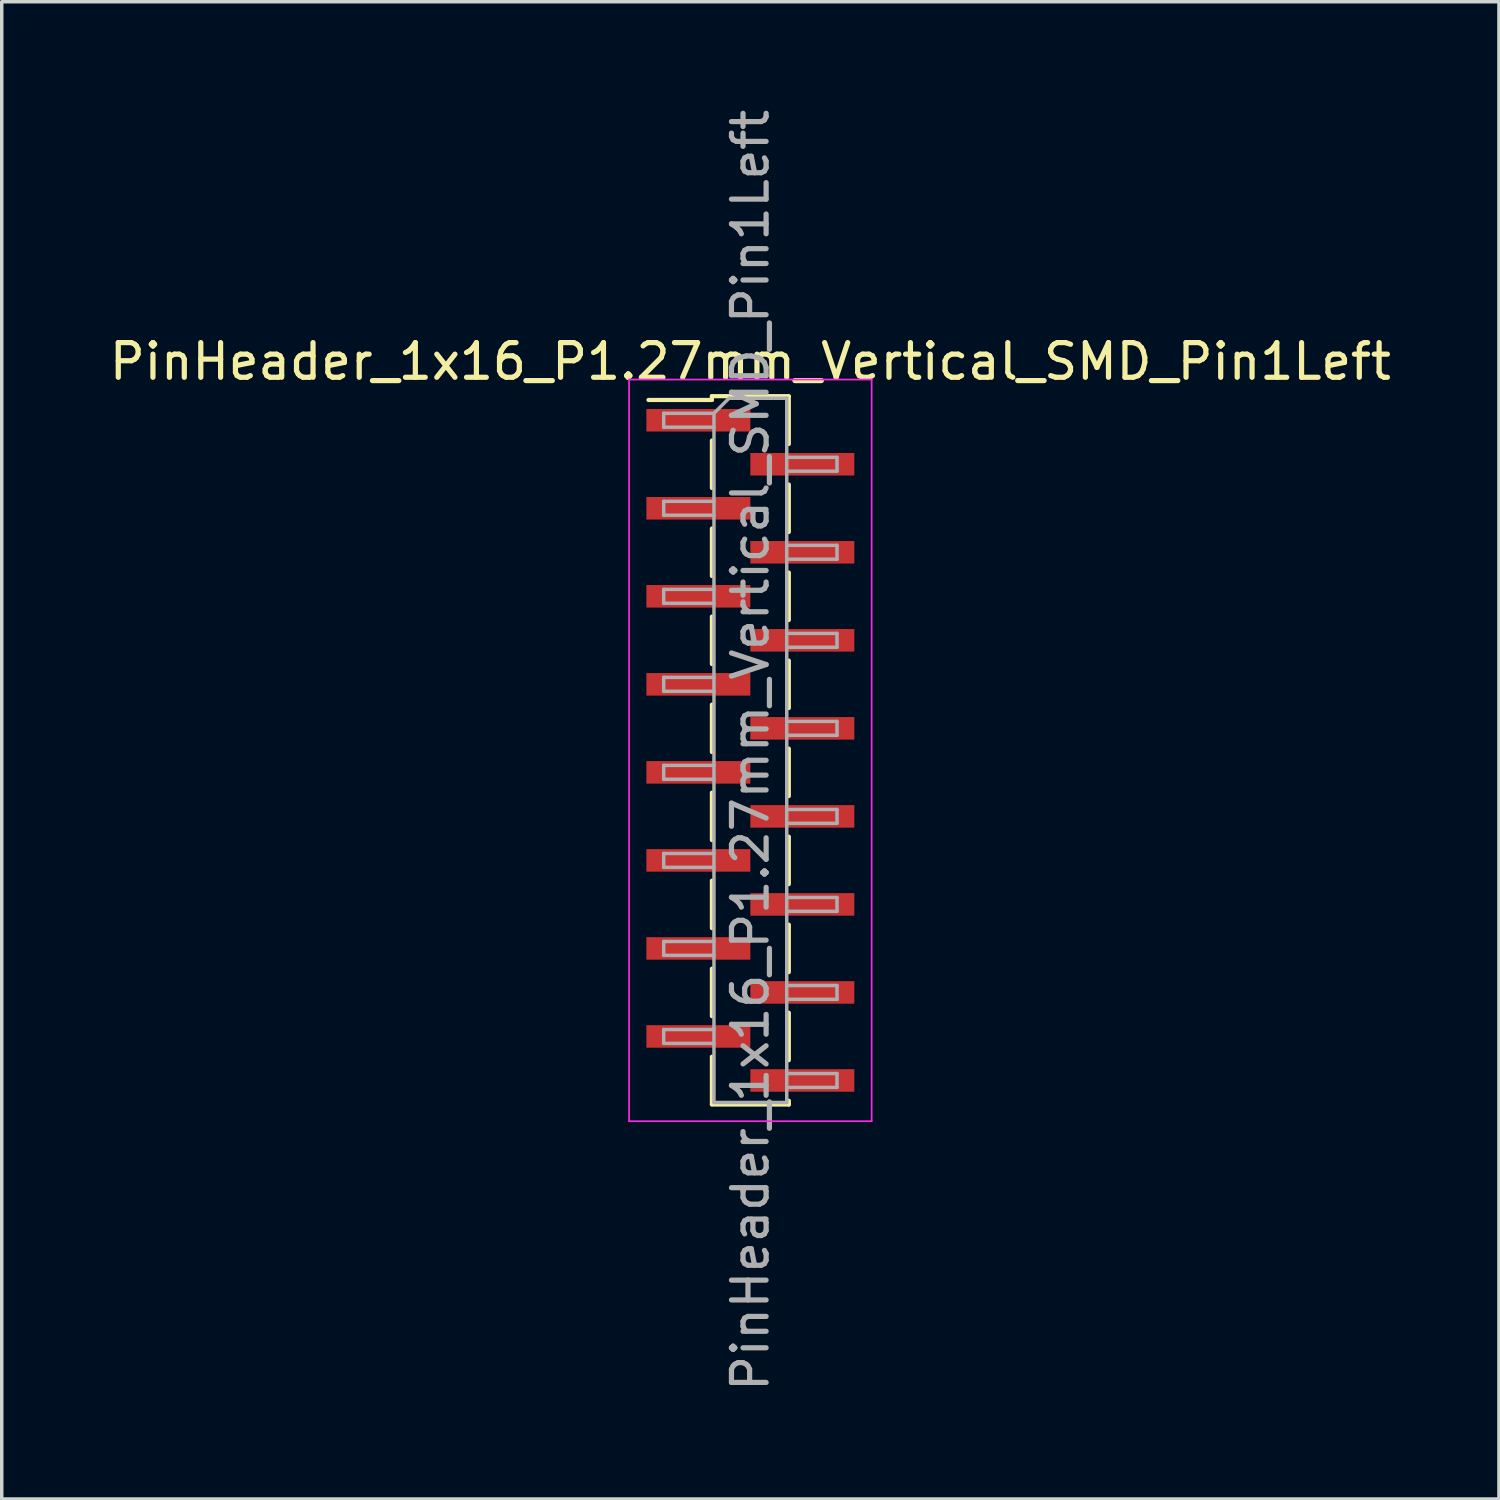
<source format=kicad_pcb>
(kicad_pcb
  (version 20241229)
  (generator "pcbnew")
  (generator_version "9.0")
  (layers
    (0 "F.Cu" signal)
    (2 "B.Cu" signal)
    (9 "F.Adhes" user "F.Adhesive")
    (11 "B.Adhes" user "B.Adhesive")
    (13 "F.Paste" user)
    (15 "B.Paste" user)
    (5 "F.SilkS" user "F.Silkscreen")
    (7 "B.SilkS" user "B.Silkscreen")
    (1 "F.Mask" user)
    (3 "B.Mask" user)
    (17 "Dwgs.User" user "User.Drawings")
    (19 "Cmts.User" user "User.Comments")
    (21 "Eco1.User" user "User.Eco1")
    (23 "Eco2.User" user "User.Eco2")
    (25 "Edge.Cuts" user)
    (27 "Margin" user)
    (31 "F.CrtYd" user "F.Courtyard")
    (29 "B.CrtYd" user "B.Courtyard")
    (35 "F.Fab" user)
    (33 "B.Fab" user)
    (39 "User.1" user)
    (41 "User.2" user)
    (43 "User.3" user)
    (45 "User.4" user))
  (footprint "PinHeader_1x16_P1.27mm_Vertical_SMD_Pin1Left"
    (layer "F.Cu")
    (at 18.601 18.601)
    (property "Reference" "PinHeader_1x16_P1.27mm_Vertical_SMD_Pin1Left" (at 0 -11.22 0) (layer "F.SilkS") (effects (font (size 1 1) (thickness 0.15))))
    (attr smd)
    (fp_line (start -1.11 -10.22) (end -1.11 -10.11) (stroke (width 0.12) (type solid)) (layer "F.SilkS"))
    (fp_line (start -1.11 -10.22) (end 1.11 -10.22) (stroke (width 0.12) (type solid)) (layer "F.SilkS"))
    (fp_line (start -1.11 -10.11) (end -2.94 -10.11) (stroke (width 0.12) (type solid)) (layer "F.SilkS"))
    (fp_line (start -1.11 -8.94) (end -1.11 -7.57) (stroke (width 0.12) (type solid)) (layer "F.SilkS"))
    (fp_line (start -1.11 -6.4) (end -1.11 -5.03) (stroke (width 0.12) (type solid)) (layer "F.SilkS"))
    (fp_line (start -1.11 -3.86) (end -1.11 -2.49) (stroke (width 0.12) (type solid)) (layer "F.SilkS"))
    (fp_line (start -1.11 -1.32) (end -1.11 0.05) (stroke (width 0.12) (type solid)) (layer "F.SilkS"))
    (fp_line (start -1.11 1.22) (end -1.11 2.59) (stroke (width 0.12) (type solid)) (layer "F.SilkS"))
    (fp_line (start -1.11 3.76) (end -1.11 5.13) (stroke (width 0.12) (type solid)) (layer "F.SilkS"))
    (fp_line (start -1.11 6.3) (end -1.11 7.67) (stroke (width 0.12) (type solid)) (layer "F.SilkS"))
    (fp_line (start -1.11 8.84) (end -1.11 10.21) (stroke (width 0.12) (type solid)) (layer "F.SilkS"))
    (fp_line (start -1.11 10.22) (end 1.11 10.22) (stroke (width 0.12) (type solid)) (layer "F.SilkS"))
    (fp_line (start 1.11 -10.21) (end 1.11 -8.84) (stroke (width 0.12) (type solid)) (layer "F.SilkS"))
    (fp_line (start 1.11 -7.67) (end 1.11 -6.3) (stroke (width 0.12) (type solid)) (layer "F.SilkS"))
    (fp_line (start 1.11 -5.13) (end 1.11 -3.76) (stroke (width 0.12) (type solid)) (layer "F.SilkS"))
    (fp_line (start 1.11 -2.59) (end 1.11 -1.22) (stroke (width 0.12) (type solid)) (layer "F.SilkS"))
    (fp_line (start 1.11 -0.05) (end 1.11 1.32) (stroke (width 0.12) (type solid)) (layer "F.SilkS"))
    (fp_line (start 1.11 2.49) (end 1.11 3.86) (stroke (width 0.12) (type solid)) (layer "F.SilkS"))
    (fp_line (start 1.11 5.03) (end 1.11 6.4) (stroke (width 0.12) (type solid)) (layer "F.SilkS"))
    (fp_line (start 1.11 7.57) (end 1.11 8.94) (stroke (width 0.12) (type solid)) (layer "F.SilkS"))
    (fp_line (start 1.11 10.11) (end 1.11 10.22) (stroke (width 0.12) (type solid)) (layer "F.SilkS"))
    (fp_line (start -3.5 -10.7) (end -3.5 10.7) (stroke (width 0.05) (type solid)) (layer "F.CrtYd"))
    (fp_line (start -3.5 10.7) (end 3.5 10.7) (stroke (width 0.05) (type solid)) (layer "F.CrtYd"))
    (fp_line (start 3.5 -10.7) (end -3.5 -10.7) (stroke (width 0.05) (type solid)) (layer "F.CrtYd"))
    (fp_line (start 3.5 10.7) (end 3.5 -10.7) (stroke (width 0.05) (type solid)) (layer "F.CrtYd"))
    (fp_line (start -2.5 -9.725) (end -2.5 -9.325) (stroke (width 0.1) (type solid)) (layer "F.Fab"))
    (fp_line (start -2.5 -9.325) (end -1.05 -9.325) (stroke (width 0.1) (type solid)) (layer "F.Fab"))
    (fp_line (start -2.5 -7.185) (end -2.5 -6.785) (stroke (width 0.1) (type solid)) (layer "F.Fab"))
    (fp_line (start -2.5 -6.785) (end -1.05 -6.785) (stroke (width 0.1) (type solid)) (layer "F.Fab"))
    (fp_line (start -2.5 -4.645) (end -2.5 -4.245) (stroke (width 0.1) (type solid)) (layer "F.Fab"))
    (fp_line (start -2.5 -4.245) (end -1.05 -4.245) (stroke (width 0.1) (type solid)) (layer "F.Fab"))
    (fp_line (start -2.5 -2.105) (end -2.5 -1.705) (stroke (width 0.1) (type solid)) (layer "F.Fab"))
    (fp_line (start -2.5 -1.705) (end -1.05 -1.705) (stroke (width 0.1) (type solid)) (layer "F.Fab"))
    (fp_line (start -2.5 0.435) (end -2.5 0.835) (stroke (width 0.1) (type solid)) (layer "F.Fab"))
    (fp_line (start -2.5 0.835) (end -1.05 0.835) (stroke (width 0.1) (type solid)) (layer "F.Fab"))
    (fp_line (start -2.5 2.975) (end -2.5 3.375) (stroke (width 0.1) (type solid)) (layer "F.Fab"))
    (fp_line (start -2.5 3.375) (end -1.05 3.375) (stroke (width 0.1) (type solid)) (layer "F.Fab"))
    (fp_line (start -2.5 5.515) (end -2.5 5.915) (stroke (width 0.1) (type solid)) (layer "F.Fab"))
    (fp_line (start -2.5 5.915) (end -1.05 5.915) (stroke (width 0.1) (type solid)) (layer "F.Fab"))
    (fp_line (start -2.5 8.055) (end -2.5 8.455) (stroke (width 0.1) (type solid)) (layer "F.Fab"))
    (fp_line (start -2.5 8.455) (end -1.05 8.455) (stroke (width 0.1) (type solid)) (layer "F.Fab"))
    (fp_line (start -1.05 -9.725) (end -2.5 -9.725) (stroke (width 0.1) (type solid)) (layer "F.Fab"))
    (fp_line (start -1.05 -9.725) (end -0.615 -10.16) (stroke (width 0.1) (type solid)) (layer "F.Fab"))
    (fp_line (start -1.05 -7.185) (end -2.5 -7.185) (stroke (width 0.1) (type solid)) (layer "F.Fab"))
    (fp_line (start -1.05 -4.645) (end -2.5 -4.645) (stroke (width 0.1) (type solid)) (layer "F.Fab"))
    (fp_line (start -1.05 -2.105) (end -2.5 -2.105) (stroke (width 0.1) (type solid)) (layer "F.Fab"))
    (fp_line (start -1.05 0.435) (end -2.5 0.435) (stroke (width 0.1) (type solid)) (layer "F.Fab"))
    (fp_line (start -1.05 2.975) (end -2.5 2.975) (stroke (width 0.1) (type solid)) (layer "F.Fab"))
    (fp_line (start -1.05 5.515) (end -2.5 5.515) (stroke (width 0.1) (type solid)) (layer "F.Fab"))
    (fp_line (start -1.05 8.055) (end -2.5 8.055) (stroke (width 0.1) (type solid)) (layer "F.Fab"))
    (fp_line (start -1.05 10.16) (end -1.05 -9.725) (stroke (width 0.1) (type solid)) (layer "F.Fab"))
    (fp_line (start -0.615 -10.16) (end 1.05 -10.16) (stroke (width 0.1) (type solid)) (layer "F.Fab"))
    (fp_line (start 1.05 -10.16) (end 1.05 10.16) (stroke (width 0.1) (type solid)) (layer "F.Fab"))
    (fp_line (start 1.05 -8.455) (end 2.5 -8.455) (stroke (width 0.1) (type solid)) (layer "F.Fab"))
    (fp_line (start 1.05 -5.915) (end 2.5 -5.915) (stroke (width 0.1) (type solid)) (layer "F.Fab"))
    (fp_line (start 1.05 -3.375) (end 2.5 -3.375) (stroke (width 0.1) (type solid)) (layer "F.Fab"))
    (fp_line (start 1.05 -0.835) (end 2.5 -0.835) (stroke (width 0.1) (type solid)) (layer "F.Fab"))
    (fp_line (start 1.05 1.705) (end 2.5 1.705) (stroke (width 0.1) (type solid)) (layer "F.Fab"))
    (fp_line (start 1.05 4.245) (end 2.5 4.245) (stroke (width 0.1) (type solid)) (layer "F.Fab"))
    (fp_line (start 1.05 6.785) (end 2.5 6.785) (stroke (width 0.1) (type solid)) (layer "F.Fab"))
    (fp_line (start 1.05 9.325) (end 2.5 9.325) (stroke (width 0.1) (type solid)) (layer "F.Fab"))
    (fp_line (start 1.05 10.16) (end -1.05 10.16) (stroke (width 0.1) (type solid)) (layer "F.Fab"))
    (fp_line (start 2.5 -8.455) (end 2.5 -8.055) (stroke (width 0.1) (type solid)) (layer "F.Fab"))
    (fp_line (start 2.5 -8.055) (end 1.05 -8.055) (stroke (width 0.1) (type solid)) (layer "F.Fab"))
    (fp_line (start 2.5 -5.915) (end 2.5 -5.515) (stroke (width 0.1) (type solid)) (layer "F.Fab"))
    (fp_line (start 2.5 -5.515) (end 1.05 -5.515) (stroke (width 0.1) (type solid)) (layer "F.Fab"))
    (fp_line (start 2.5 -3.375) (end 2.5 -2.975) (stroke (width 0.1) (type solid)) (layer "F.Fab"))
    (fp_line (start 2.5 -2.975) (end 1.05 -2.975) (stroke (width 0.1) (type solid)) (layer "F.Fab"))
    (fp_line (start 2.5 -0.835) (end 2.5 -0.435) (stroke (width 0.1) (type solid)) (layer "F.Fab"))
    (fp_line (start 2.5 -0.435) (end 1.05 -0.435) (stroke (width 0.1) (type solid)) (layer "F.Fab"))
    (fp_line (start 2.5 1.705) (end 2.5 2.105) (stroke (width 0.1) (type solid)) (layer "F.Fab"))
    (fp_line (start 2.5 2.105) (end 1.05 2.105) (stroke (width 0.1) (type solid)) (layer "F.Fab"))
    (fp_line (start 2.5 4.245) (end 2.5 4.645) (stroke (width 0.1) (type solid)) (layer "F.Fab"))
    (fp_line (start 2.5 4.645) (end 1.05 4.645) (stroke (width 0.1) (type solid)) (layer "F.Fab"))
    (fp_line (start 2.5 6.785) (end 2.5 7.185) (stroke (width 0.1) (type solid)) (layer "F.Fab"))
    (fp_line (start 2.5 7.185) (end 1.05 7.185) (stroke (width 0.1) (type solid)) (layer "F.Fab"))
    (fp_line (start 2.5 9.325) (end 2.5 9.725) (stroke (width 0.1) (type solid)) (layer "F.Fab"))
    (fp_line (start 2.5 9.725) (end 1.05 9.725) (stroke (width 0.1) (type solid)) (layer "F.Fab"))
    (fp_text user "${REFERENCE}" (at 0 0 90) (layer "F.Fab") (effects (font (size 1 1) (thickness 0.15))))
    (pad "1" smd rect (at -1.5 -9.525) (size 3 0.65) (layers "F.Cu" "F.Mask" "F.Paste"))
    (pad "2" smd rect (at 1.5 -8.255) (size 3 0.65) (layers "F.Cu" "F.Mask" "F.Paste"))
    (pad "3" smd rect (at -1.5 -6.985) (size 3 0.65) (layers "F.Cu" "F.Mask" "F.Paste"))
    (pad "4" smd rect (at 1.5 -5.715) (size 3 0.65) (layers "F.Cu" "F.Mask" "F.Paste"))
    (pad "5" smd rect (at -1.5 -4.445) (size 3 0.65) (layers "F.Cu" "F.Mask" "F.Paste"))
    (pad "6" smd rect (at 1.5 -3.175) (size 3 0.65) (layers "F.Cu" "F.Mask" "F.Paste"))
    (pad "7" smd rect (at -1.5 -1.905) (size 3 0.65) (layers "F.Cu" "F.Mask" "F.Paste"))
    (pad "8" smd rect (at 1.5 -0.635) (size 3 0.65) (layers "F.Cu" "F.Mask" "F.Paste"))
    (pad "9" smd rect (at -1.5 0.635) (size 3 0.65) (layers "F.Cu" "F.Mask" "F.Paste"))
    (pad "10" smd rect (at 1.5 1.905) (size 3 0.65) (layers "F.Cu" "F.Mask" "F.Paste"))
    (pad "11" smd rect (at -1.5 3.175) (size 3 0.65) (layers "F.Cu" "F.Mask" "F.Paste"))
    (pad "12" smd rect (at 1.5 4.445) (size 3 0.65) (layers "F.Cu" "F.Mask" "F.Paste"))
    (pad "13" smd rect (at -1.5 5.715) (size 3 0.65) (layers "F.Cu" "F.Mask" "F.Paste"))
    (pad "14" smd rect (at 1.5 6.985) (size 3 0.65) (layers "F.Cu" "F.Mask" "F.Paste"))
    (pad "15" smd rect (at -1.5 8.255) (size 3 0.65) (layers "F.Cu" "F.Mask" "F.Paste"))
    (pad "16" smd rect (at 1.5 9.525) (size 3 0.65) (layers "F.Cu" "F.Mask" "F.Paste")))
  (gr_rect
    (start -3 -3)
    (end 40.202 40.202)
    (stroke (width 0.1) (type default))
    (fill no)
    (layer "Edge.Cuts")))
</source>
